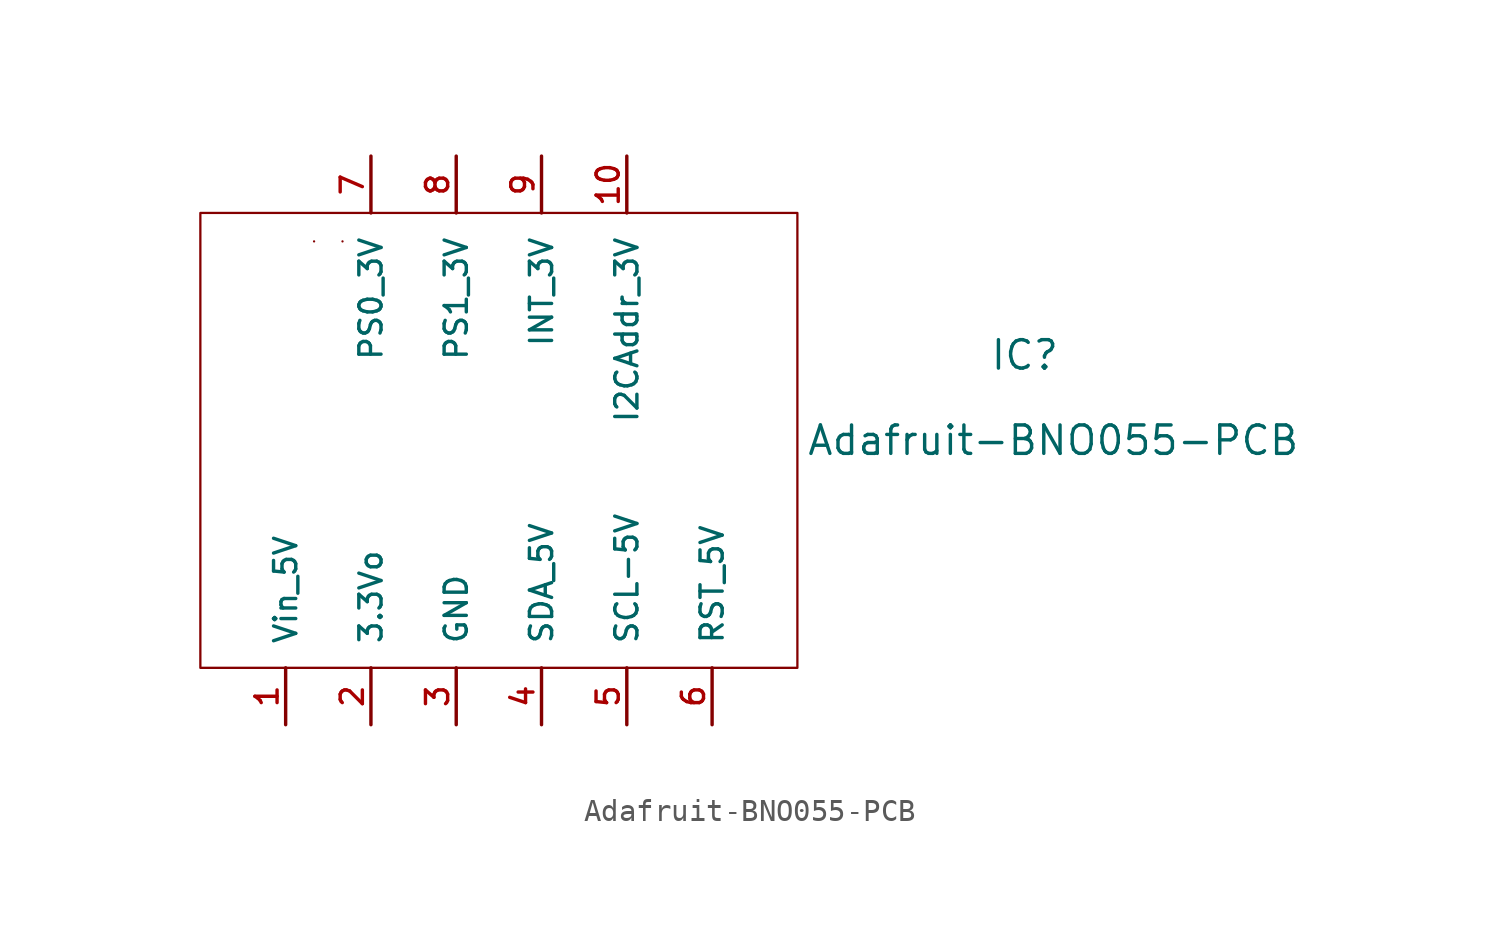
<source format=kicad_sym>
(kicad_symbol_lib
  (version 20211014)
  (generator kicad_symbol_editor)
  (symbol "Adafruit-BNO055-PCB"
    (pin_names
      (offset 1.016))
    (property "Reference" "IC"
      (at 36.83 -6.35 0)
      (effects (font (size 1.27 1.27))))
    (property "Value" "Adafruit-BNO055-PCB"
      (at 38.1 -10.16 0)
      (effects (font (size 1.27 1.27))))
    (symbol "Adafruit-BNO055-PCB_0_1"
      (rectangle (start 0 0) (end 26.67 -20.32) (stroke (width 0.102) (type default) (color 0 0 0 0)) (fill (type none)))
      (rectangle (start 5.08 -1.27) (end 5.08 -1.27) (stroke (width 0.102) (type default) (color 0 0 0 0)) (fill (type none)))
      (rectangle (start 6.35 -1.27) (end 6.35 -1.27) (stroke (width 0.102) (type default) (color 0 0 0 0)) (fill (type none))))
    (symbol "Adafruit-BNO055-PCB_1_1"
      (pin bidirectional line (at 3.81 -22.86 90) (length 2.54) (name "Vin_5V" (effects (font (size 0.991 0.991)))) (number "1" (effects (font (size 0.991 0.991)))))
      (pin bidirectional line (at 19.05 2.54 270) (length 2.54) (name "I2CAddr_3V" (effects (font (size 0.991 0.991)))) (number "10" (effects (font (size 0.991 0.991)))))
      (pin bidirectional line (at 7.62 -22.86 90) (length 2.54) (name "3.3Vo" (effects (font (size 0.991 0.991)))) (number "2" (effects (font (size 0.991 0.991)))))
      (pin bidirectional line (at 11.43 -22.86 90) (length 2.54) (name "GND" (effects (font (size 0.991 0.991)))) (number "3" (effects (font (size 0.991 0.991)))))
      (pin bidirectional line (at 15.24 -22.86 90) (length 2.54) (name "SDA_5V" (effects (font (size 0.991 0.991)))) (number "4" (effects (font (size 0.991 0.991)))))
      (pin bidirectional line (at 19.05 -22.86 90) (length 2.54) (name "SCL-5V" (effects (font (size 0.991 0.991)))) (number "5" (effects (font (size 0.991 0.991)))))
      (pin bidirectional line (at 22.86 -22.86 90) (length 2.54) (name "RST_5V" (effects (font (size 0.991 0.991)))) (number "6" (effects (font (size 0.991 0.991)))))
      (pin bidirectional line (at 7.62 2.54 270) (length 2.54) (name "PS0_3V" (effects (font (size 0.991 0.991)))) (number "7" (effects (font (size 0.991 0.991)))))
      (pin bidirectional line (at 11.43 2.54 270) (length 2.54) (name "PS1_3V" (effects (font (size 0.991 0.991)))) (number "8" (effects (font (size 0.991 0.991)))))
      (pin bidirectional line (at 15.24 2.54 270) (length 2.54) (name "INT_3V" (effects (font (size 0.991 0.991)))) (number "9" (effects (font (size 0.991 0.991))))))))
</source>
